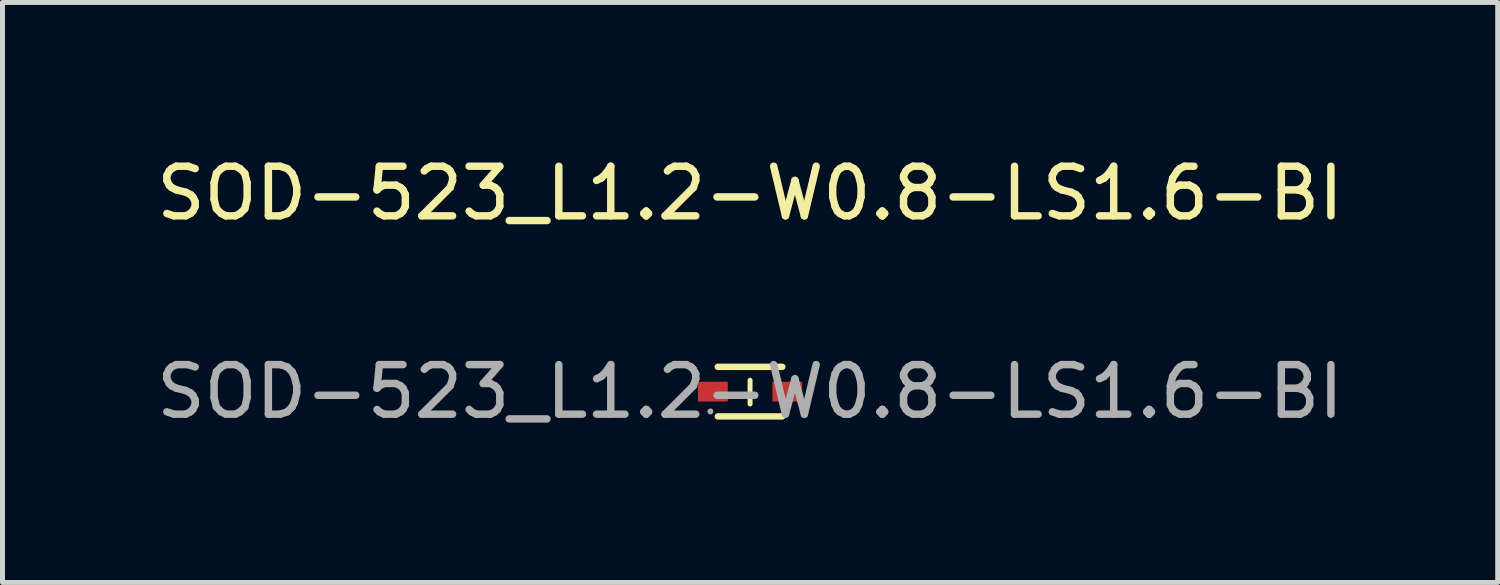
<source format=kicad_pcb>
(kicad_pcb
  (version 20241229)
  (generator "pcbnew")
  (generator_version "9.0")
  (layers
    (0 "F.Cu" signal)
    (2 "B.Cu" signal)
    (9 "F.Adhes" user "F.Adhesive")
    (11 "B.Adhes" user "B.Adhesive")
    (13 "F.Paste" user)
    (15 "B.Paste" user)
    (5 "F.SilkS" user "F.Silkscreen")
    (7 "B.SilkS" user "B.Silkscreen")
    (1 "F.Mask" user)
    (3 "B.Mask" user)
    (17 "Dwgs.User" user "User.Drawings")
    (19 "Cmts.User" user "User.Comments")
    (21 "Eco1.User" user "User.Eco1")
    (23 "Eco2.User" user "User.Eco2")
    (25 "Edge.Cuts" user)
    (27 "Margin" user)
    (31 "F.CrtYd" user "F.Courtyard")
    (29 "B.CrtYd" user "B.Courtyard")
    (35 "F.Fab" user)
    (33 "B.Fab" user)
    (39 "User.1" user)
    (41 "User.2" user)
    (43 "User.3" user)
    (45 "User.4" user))
  (footprint "SOD-523_L1.2-W0.8-LS1.6-BI"
    (layer "F.Cu")
    (at 12.077 4.848)
    (property "Reference" "SOD-523_L1.2-W0.8-LS1.6-BI" (at 0 -4 0) (layer "F.SilkS") (effects (font (size 1 1) (thickness 0.15))))
    (attr smd)
    (fp_line (start -0.65 -0.5) (end 0.65 -0.5) (stroke (width 0.13) (type solid)) (layer "F.SilkS"))
    (fp_line (start -0.65 0.5) (end 0.65 0.5) (stroke (width 0.13) (type solid)) (layer "F.SilkS"))
    (fp_line (start 0 -0.23) (end 0 0.25) (stroke (width 0.1) (type solid)) (layer "F.SilkS"))
    (fp_circle (center -0.8 0.4) (end -0.77 0.4) (stroke (width 0.06) (type solid)) (fill no) (layer "F.Fab"))
    (fp_text user "${REFERENCE}" (at 0 0 0) (layer "F.Fab") (effects (font (size 1 1) (thickness 0.15))))
    (pad "1" smd rect (at -0.75 0) (size 0.6 0.4) (layers "F.Cu" "F.Mask" "F.Paste"))
    (pad "2" smd rect (at 0.75 0 180) (size 0.6 0.4) (layers "F.Cu" "F.Mask" "F.Paste")))
  (gr_rect
    (start -3 -3)
    (end 27.155 8.697)
    (stroke (width 0.1) (type default))
    (fill no)
    (layer "Edge.Cuts")))
</source>
